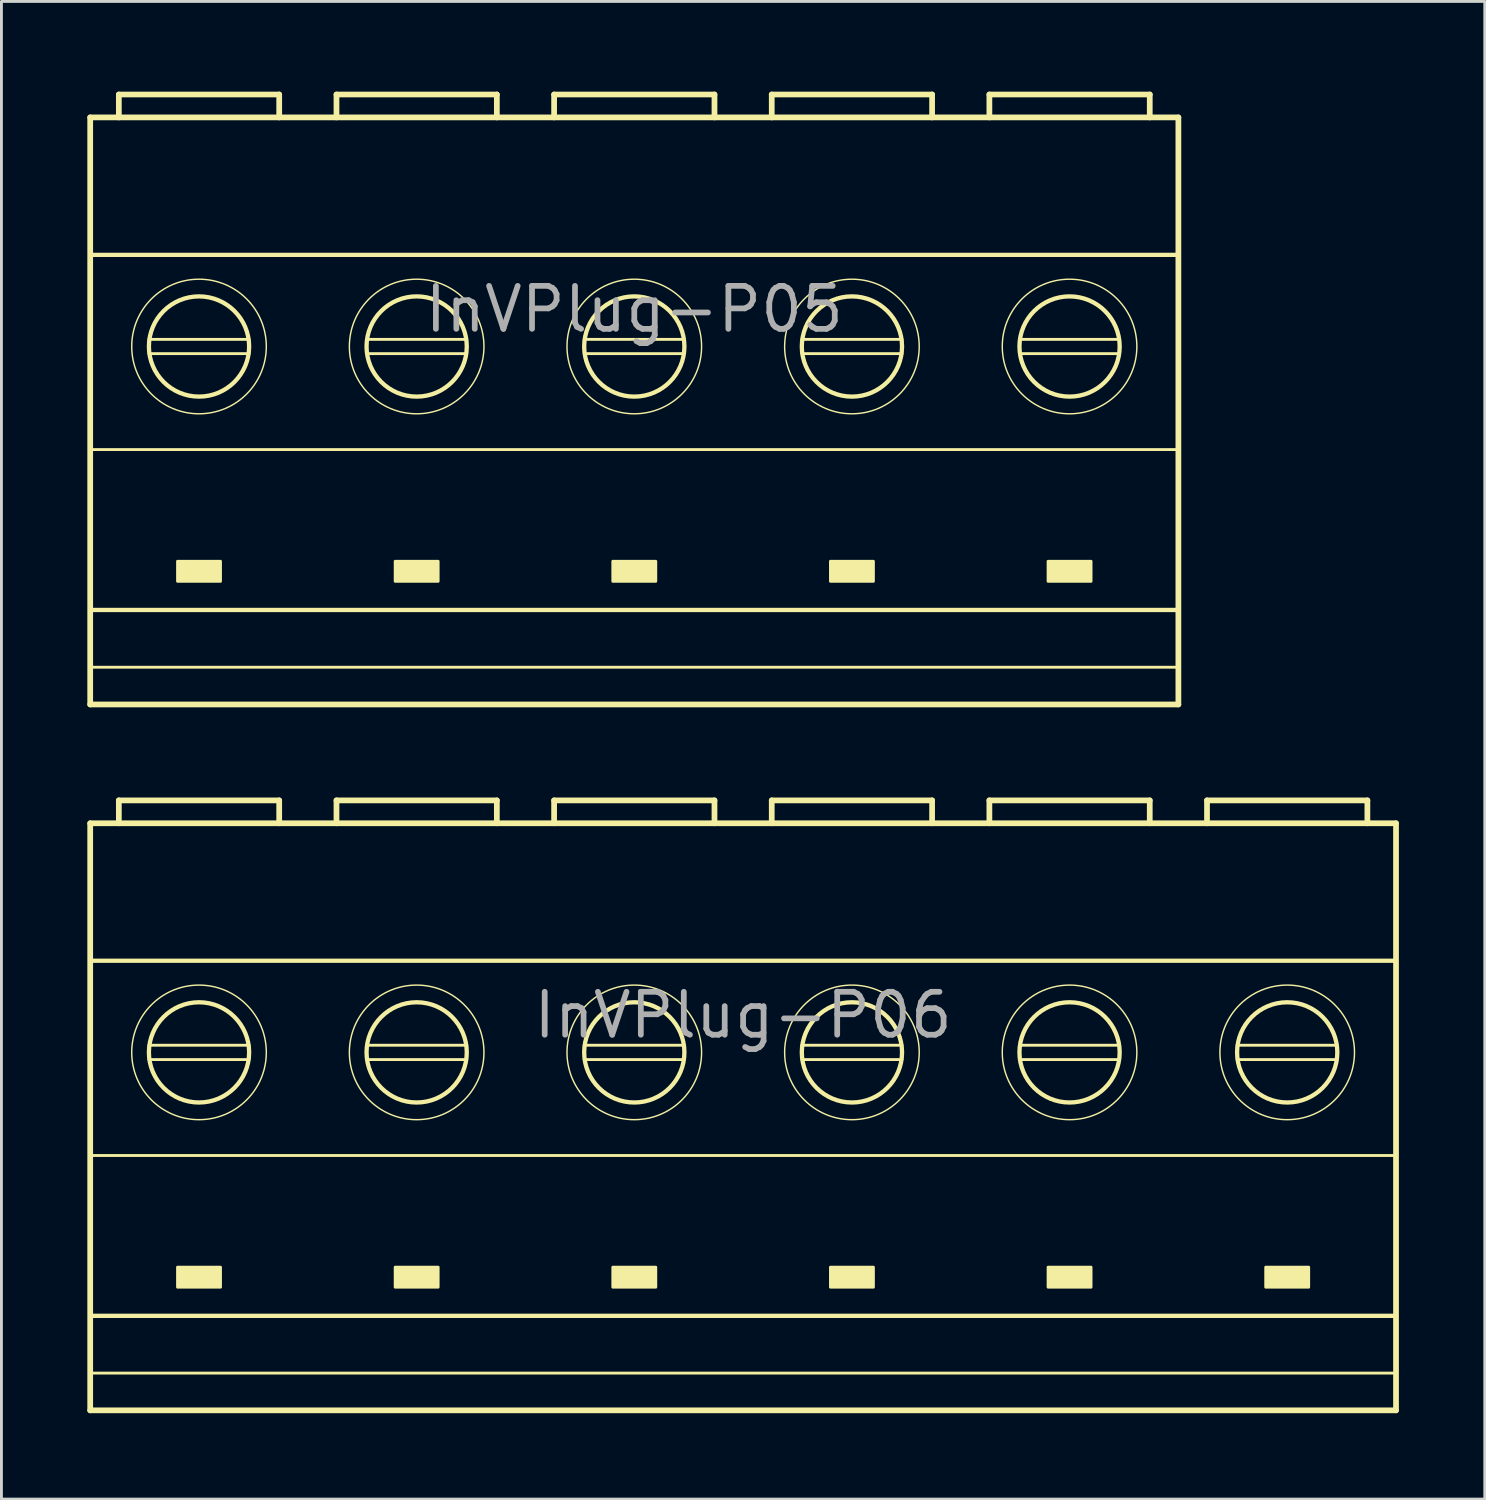
<source format=kicad_pcb>
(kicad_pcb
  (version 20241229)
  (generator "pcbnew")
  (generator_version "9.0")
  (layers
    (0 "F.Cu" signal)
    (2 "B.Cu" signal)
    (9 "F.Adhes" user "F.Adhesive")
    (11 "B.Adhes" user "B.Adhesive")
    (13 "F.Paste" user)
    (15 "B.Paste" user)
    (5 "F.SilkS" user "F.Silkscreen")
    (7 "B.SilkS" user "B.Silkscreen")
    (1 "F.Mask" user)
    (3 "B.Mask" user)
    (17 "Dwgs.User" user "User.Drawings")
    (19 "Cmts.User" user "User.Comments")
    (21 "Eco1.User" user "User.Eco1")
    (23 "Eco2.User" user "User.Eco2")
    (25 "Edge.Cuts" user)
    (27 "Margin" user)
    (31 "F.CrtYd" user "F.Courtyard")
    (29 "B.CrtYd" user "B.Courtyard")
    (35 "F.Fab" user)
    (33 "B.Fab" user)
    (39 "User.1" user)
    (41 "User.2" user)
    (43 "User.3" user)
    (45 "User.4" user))
  (footprint "InVPlug-P06"
    (layer "F.Cu")
    (at 22.9 24.9)
    (property "Reference" "InVPlug-P06" (at 0 7.5 180) (layer "F.Fab") (effects (font (size 1.5 1.5) (thickness 0.2))))
    (attr through_hole)
    (fp_line (start -22.8 0.8) (end 22.8 0.8) (stroke (width 0.2) (type solid)) (layer "F.SilkS"))
    (fp_line (start -22.8 5.6) (end 22.8 5.6) (stroke (width 0.15) (type solid)) (layer "F.SilkS"))
    (fp_line (start -22.8 12.4) (end 22.8 12.4) (stroke (width 0.1) (type solid)) (layer "F.SilkS"))
    (fp_line (start -22.8 18) (end 22.8 18) (stroke (width 0.15) (type solid)) (layer "F.SilkS"))
    (fp_line (start -22.8 20) (end 22.8 20) (stroke (width 0.1) (type solid)) (layer "F.SilkS"))
    (fp_line (start -22.8 21.3) (end -22.8 0.8) (stroke (width 0.2) (type solid)) (layer "F.SilkS"))
    (fp_line (start -22.8 21.3) (end 22.8 21.3) (stroke (width 0.2) (type solid)) (layer "F.SilkS"))
    (fp_line (start -21.8 0.8) (end -21.8 0) (stroke (width 0.2) (type solid)) (layer "F.SilkS"))
    (fp_line (start -20.75 8.55) (end -17.25 8.55) (stroke (width 0.1) (type default)) (layer "F.SilkS"))
    (fp_line (start -20.75 9.05) (end -17.25 9.05) (stroke (width 0.1) (type default)) (layer "F.SilkS"))
    (fp_line (start -16.2 0) (end -21.8 0) (stroke (width 0.2) (type solid)) (layer "F.SilkS"))
    (fp_line (start -16.2 0.8) (end -16.2 0) (stroke (width 0.2) (type solid)) (layer "F.SilkS"))
    (fp_line (start -14.2 0.8) (end -14.2 0) (stroke (width 0.2) (type solid)) (layer "F.SilkS"))
    (fp_line (start -13.15 8.55) (end -9.65 8.55) (stroke (width 0.1) (type default)) (layer "F.SilkS"))
    (fp_line (start -13.15 9.05) (end -9.65 9.05) (stroke (width 0.1) (type default)) (layer "F.SilkS"))
    (fp_line (start -8.6 0) (end -14.2 0) (stroke (width 0.2) (type solid)) (layer "F.SilkS"))
    (fp_line (start -8.6 0.8) (end -8.6 0) (stroke (width 0.2) (type solid)) (layer "F.SilkS"))
    (fp_line (start -6.6 0.8) (end -6.6 0) (stroke (width 0.2) (type solid)) (layer "F.SilkS"))
    (fp_line (start -5.55 8.55) (end -2.05 8.55) (stroke (width 0.1) (type default)) (layer "F.SilkS"))
    (fp_line (start -5.55 9.05) (end -2.05 9.05) (stroke (width 0.1) (type default)) (layer "F.SilkS"))
    (fp_line (start -1 0) (end -6.6 0) (stroke (width 0.2) (type solid)) (layer "F.SilkS"))
    (fp_line (start -1 0.8) (end -1 0) (stroke (width 0.2) (type solid)) (layer "F.SilkS"))
    (fp_line (start 1 0.8) (end 1 0) (stroke (width 0.2) (type solid)) (layer "F.SilkS"))
    (fp_line (start 2.05 8.55) (end 5.55 8.55) (stroke (width 0.1) (type default)) (layer "F.SilkS"))
    (fp_line (start 2.05 9.05) (end 5.55 9.05) (stroke (width 0.1) (type default)) (layer "F.SilkS"))
    (fp_line (start 6.6 0) (end 1 0) (stroke (width 0.2) (type solid)) (layer "F.SilkS"))
    (fp_line (start 6.6 0.8) (end 6.6 0) (stroke (width 0.2) (type solid)) (layer "F.SilkS"))
    (fp_line (start 8.6 0.8) (end 8.6 0) (stroke (width 0.2) (type solid)) (layer "F.SilkS"))
    (fp_line (start 9.65 8.55) (end 13.15 8.55) (stroke (width 0.1) (type default)) (layer "F.SilkS"))
    (fp_line (start 9.65 9.05) (end 13.15 9.05) (stroke (width 0.1) (type default)) (layer "F.SilkS"))
    (fp_line (start 14.2 0) (end 8.6 0) (stroke (width 0.2) (type solid)) (layer "F.SilkS"))
    (fp_line (start 14.2 0.8) (end 14.2 0) (stroke (width 0.2) (type solid)) (layer "F.SilkS"))
    (fp_line (start 16.2 0.8) (end 16.2 0) (stroke (width 0.2) (type solid)) (layer "F.SilkS"))
    (fp_line (start 17.25 8.55) (end 20.75 8.55) (stroke (width 0.1) (type default)) (layer "F.SilkS"))
    (fp_line (start 17.25 9.05) (end 20.75 9.05) (stroke (width 0.1) (type default)) (layer "F.SilkS"))
    (fp_line (start 21.8 0) (end 16.2 0) (stroke (width 0.2) (type solid)) (layer "F.SilkS"))
    (fp_line (start 21.8 0.8) (end 21.8 0) (stroke (width 0.2) (type solid)) (layer "F.SilkS"))
    (fp_line (start 22.8 21.3) (end 22.8 0.8) (stroke (width 0.2) (type solid)) (layer "F.SilkS"))
    (fp_rect (start -19.75 16.3) (end -18.25 17) (stroke (width 0.1) (type solid)) (fill yes) (layer "F.SilkS"))
    (fp_rect (start -12.15 16.3) (end -10.65 17) (stroke (width 0.1) (type solid)) (fill yes) (layer "F.SilkS"))
    (fp_rect (start -4.55 16.3) (end -3.05 17) (stroke (width 0.1) (type solid)) (fill yes) (layer "F.SilkS"))
    (fp_rect (start 3.05 16.3) (end 4.55 17) (stroke (width 0.1) (type solid)) (fill yes) (layer "F.SilkS"))
    (fp_rect (start 10.65 16.3) (end 12.15 17) (stroke (width 0.1) (type solid)) (fill yes) (layer "F.SilkS"))
    (fp_rect (start 18.25 16.3) (end 19.75 17) (stroke (width 0.1) (type solid)) (fill yes) (layer "F.SilkS"))
    (fp_circle (center -19 8.8) (end -17.25 8.8) (stroke (width 0.15) (type default)) (fill no) (layer "F.SilkS"))
    (fp_circle (center -19 8.8) (end -16.65 8.8) (stroke (width 0.05) (type default)) (fill no) (layer "F.SilkS"))
    (fp_circle (center -11.4 8.8) (end -9.65 8.8) (stroke (width 0.15) (type default)) (fill no) (layer "F.SilkS"))
    (fp_circle (center -11.4 8.8) (end -9.05 8.8) (stroke (width 0.05) (type default)) (fill no) (layer "F.SilkS"))
    (fp_circle (center -3.8 8.8) (end -2.05 8.8) (stroke (width 0.15) (type default)) (fill no) (layer "F.SilkS"))
    (fp_circle (center -3.8 8.8) (end -1.45 8.8) (stroke (width 0.05) (type default)) (fill no) (layer "F.SilkS"))
    (fp_circle (center 3.8 8.8) (end 5.55 8.8) (stroke (width 0.15) (type default)) (fill no) (layer "F.SilkS"))
    (fp_circle (center 3.8 8.8) (end 6.15 8.8) (stroke (width 0.05) (type default)) (fill no) (layer "F.SilkS"))
    (fp_circle (center 11.4 8.8) (end 13.15 8.8) (stroke (width 0.15) (type default)) (fill no) (layer "F.SilkS"))
    (fp_circle (center 11.4 8.8) (end 13.75 8.8) (stroke (width 0.05) (type default)) (fill no) (layer "F.SilkS"))
    (fp_circle (center 19 8.8) (end 20.75 8.8) (stroke (width 0.15) (type default)) (fill no) (layer "F.SilkS"))
    (fp_circle (center 19 8.8) (end 21.35 8.8) (stroke (width 0.05) (type default)) (fill no) (layer "F.SilkS")))
  (footprint "InVPlug-P05"
    (layer "F.Cu")
    (at 19.1 0.25)
    (property "Reference" "InVPlug-P05" (at 0 7.5 180) (layer "F.Fab") (effects (font (size 1.5 1.5) (thickness 0.2))))
    (attr through_hole)
    (fp_line (start -19 0.8) (end 19 0.8) (stroke (width 0.2) (type solid)) (layer "F.SilkS"))
    (fp_line (start -19 5.6) (end 19 5.6) (stroke (width 0.15) (type solid)) (layer "F.SilkS"))
    (fp_line (start -19 12.4) (end 19 12.4) (stroke (width 0.1) (type solid)) (layer "F.SilkS"))
    (fp_line (start -19 18) (end 19 18) (stroke (width 0.15) (type solid)) (layer "F.SilkS"))
    (fp_line (start -19 20) (end 19 20) (stroke (width 0.1) (type solid)) (layer "F.SilkS"))
    (fp_line (start -19 21.3) (end -19 0.8) (stroke (width 0.2) (type solid)) (layer "F.SilkS"))
    (fp_line (start -19 21.3) (end 19 21.3) (stroke (width 0.2) (type solid)) (layer "F.SilkS"))
    (fp_line (start -18 0.8) (end -18 0) (stroke (width 0.2) (type solid)) (layer "F.SilkS"))
    (fp_line (start -16.95 8.55) (end -13.45 8.55) (stroke (width 0.1) (type default)) (layer "F.SilkS"))
    (fp_line (start -16.95 9.05) (end -13.45 9.05) (stroke (width 0.1) (type default)) (layer "F.SilkS"))
    (fp_line (start -12.4 0) (end -18 0) (stroke (width 0.2) (type solid)) (layer "F.SilkS"))
    (fp_line (start -12.4 0.8) (end -12.4 0) (stroke (width 0.2) (type solid)) (layer "F.SilkS"))
    (fp_line (start -10.4 0.8) (end -10.4 0) (stroke (width 0.2) (type solid)) (layer "F.SilkS"))
    (fp_line (start -9.35 8.55) (end -5.85 8.55) (stroke (width 0.1) (type default)) (layer "F.SilkS"))
    (fp_line (start -9.35 9.05) (end -5.85 9.05) (stroke (width 0.1) (type default)) (layer "F.SilkS"))
    (fp_line (start -4.8 0) (end -10.4 0) (stroke (width 0.2) (type solid)) (layer "F.SilkS"))
    (fp_line (start -4.8 0.8) (end -4.8 0) (stroke (width 0.2) (type solid)) (layer "F.SilkS"))
    (fp_line (start -2.8 0.8) (end -2.8 0) (stroke (width 0.2) (type solid)) (layer "F.SilkS"))
    (fp_line (start -1.75 8.55) (end 1.75 8.55) (stroke (width 0.1) (type default)) (layer "F.SilkS"))
    (fp_line (start -1.75 9.05) (end 1.75 9.05) (stroke (width 0.1) (type default)) (layer "F.SilkS"))
    (fp_line (start 2.8 0) (end -2.8 0) (stroke (width 0.2) (type solid)) (layer "F.SilkS"))
    (fp_line (start 2.8 0.8) (end 2.8 0) (stroke (width 0.2) (type solid)) (layer "F.SilkS"))
    (fp_line (start 4.8 0.8) (end 4.8 0) (stroke (width 0.2) (type solid)) (layer "F.SilkS"))
    (fp_line (start 5.85 8.55) (end 9.35 8.55) (stroke (width 0.1) (type default)) (layer "F.SilkS"))
    (fp_line (start 5.85 9.05) (end 9.35 9.05) (stroke (width 0.1) (type default)) (layer "F.SilkS"))
    (fp_line (start 10.4 0) (end 4.8 0) (stroke (width 0.2) (type solid)) (layer "F.SilkS"))
    (fp_line (start 10.4 0.8) (end 10.4 0) (stroke (width 0.2) (type solid)) (layer "F.SilkS"))
    (fp_line (start 12.4 0.8) (end 12.4 0) (stroke (width 0.2) (type solid)) (layer "F.SilkS"))
    (fp_line (start 13.45 8.55) (end 16.95 8.55) (stroke (width 0.1) (type default)) (layer "F.SilkS"))
    (fp_line (start 13.45 9.05) (end 16.95 9.05) (stroke (width 0.1) (type default)) (layer "F.SilkS"))
    (fp_line (start 18 0) (end 12.4 0) (stroke (width 0.2) (type solid)) (layer "F.SilkS"))
    (fp_line (start 18 0.8) (end 18 0) (stroke (width 0.2) (type solid)) (layer "F.SilkS"))
    (fp_line (start 19 21.3) (end 19 0.8) (stroke (width 0.2) (type solid)) (layer "F.SilkS"))
    (fp_rect (start -15.95 16.3) (end -14.45 17) (stroke (width 0.1) (type solid)) (fill yes) (layer "F.SilkS"))
    (fp_rect (start -8.35 16.3) (end -6.85 17) (stroke (width 0.1) (type solid)) (fill yes) (layer "F.SilkS"))
    (fp_rect (start -0.75 16.3) (end 0.75 17) (stroke (width 0.1) (type solid)) (fill yes) (layer "F.SilkS"))
    (fp_rect (start 6.85 16.3) (end 8.35 17) (stroke (width 0.1) (type solid)) (fill yes) (layer "F.SilkS"))
    (fp_rect (start 14.45 16.3) (end 15.95 17) (stroke (width 0.1) (type solid)) (fill yes) (layer "F.SilkS"))
    (fp_circle (center -15.2 8.8) (end -13.45 8.8) (stroke (width 0.15) (type default)) (fill no) (layer "F.SilkS"))
    (fp_circle (center -15.2 8.8) (end -12.85 8.8) (stroke (width 0.05) (type default)) (fill no) (layer "F.SilkS"))
    (fp_circle (center -7.6 8.8) (end -5.85 8.8) (stroke (width 0.15) (type default)) (fill no) (layer "F.SilkS"))
    (fp_circle (center -7.6 8.8) (end -5.25 8.8) (stroke (width 0.05) (type default)) (fill no) (layer "F.SilkS"))
    (fp_circle (center 0 8.8) (end 1.75 8.8) (stroke (width 0.15) (type default)) (fill no) (layer "F.SilkS"))
    (fp_circle (center 0 8.8) (end 2.35 8.8) (stroke (width 0.05) (type default)) (fill no) (layer "F.SilkS"))
    (fp_circle (center 7.6 8.8) (end 9.35 8.8) (stroke (width 0.15) (type default)) (fill no) (layer "F.SilkS"))
    (fp_circle (center 7.6 8.8) (end 9.95 8.8) (stroke (width 0.05) (type default)) (fill no) (layer "F.SilkS"))
    (fp_circle (center 15.2 8.8) (end 16.95 8.8) (stroke (width 0.15) (type default)) (fill no) (layer "F.SilkS"))
    (fp_circle (center 15.2 8.8) (end 17.55 8.8) (stroke (width 0.05) (type default)) (fill no) (layer "F.SilkS")))
  (gr_rect
    (start -3 -3)
    (end 48.8 49.3)
    (stroke (width 0.1) (type default))
    (fill no)
    (layer "Edge.Cuts")))
</source>
